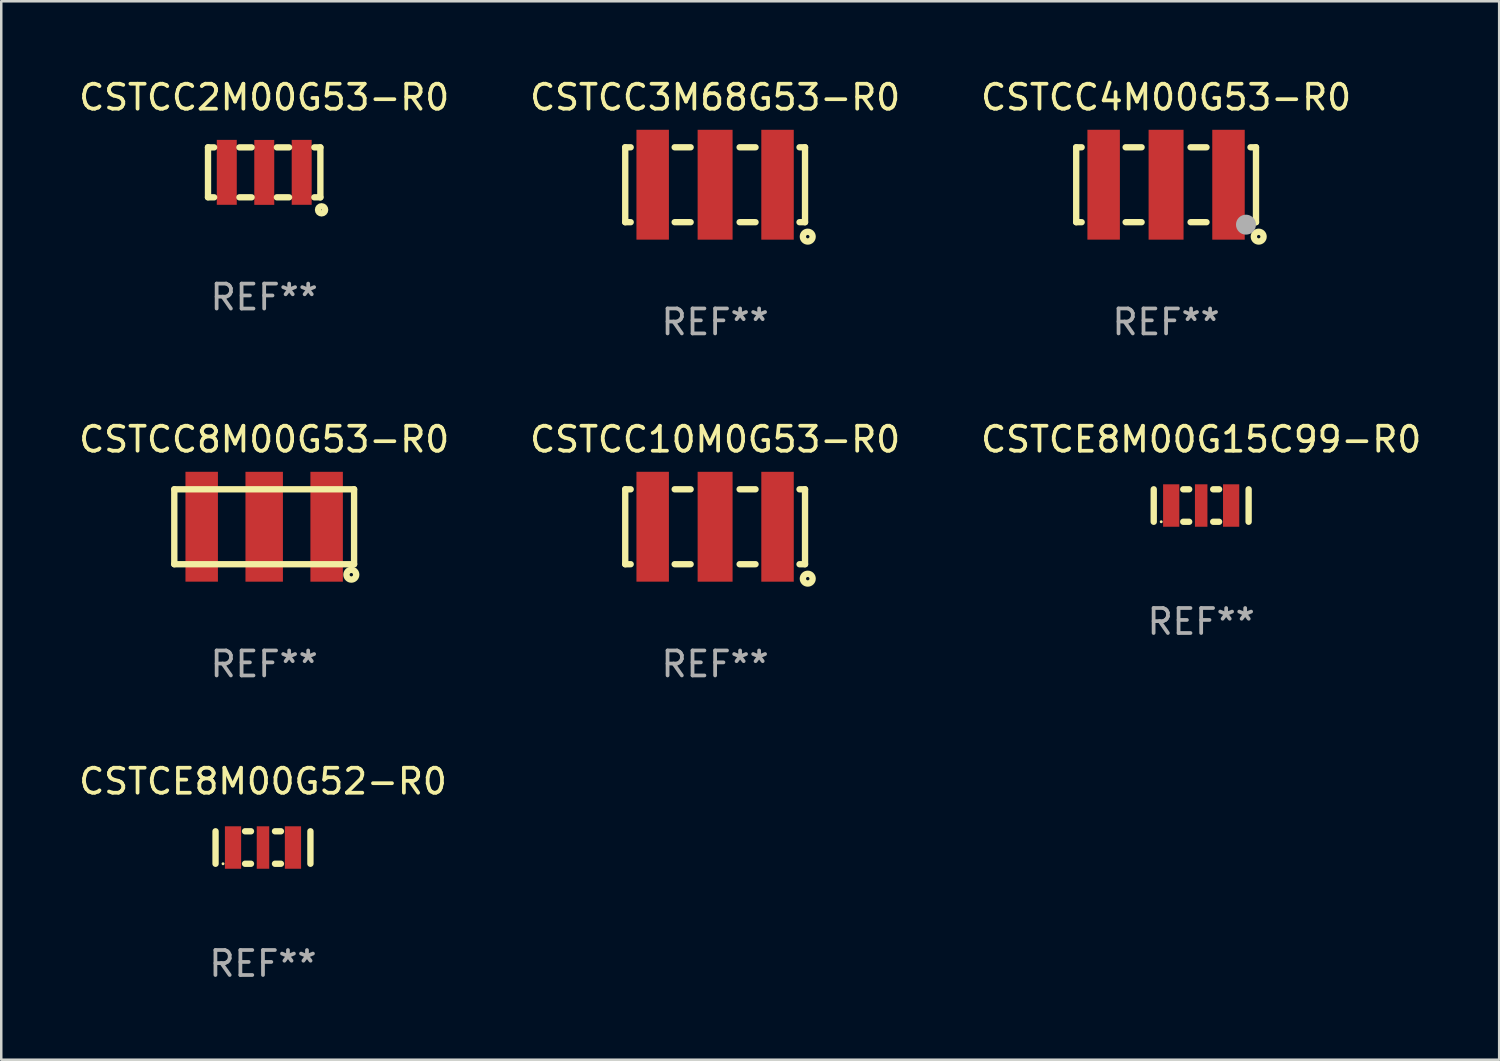
<source format=kicad_pcb>
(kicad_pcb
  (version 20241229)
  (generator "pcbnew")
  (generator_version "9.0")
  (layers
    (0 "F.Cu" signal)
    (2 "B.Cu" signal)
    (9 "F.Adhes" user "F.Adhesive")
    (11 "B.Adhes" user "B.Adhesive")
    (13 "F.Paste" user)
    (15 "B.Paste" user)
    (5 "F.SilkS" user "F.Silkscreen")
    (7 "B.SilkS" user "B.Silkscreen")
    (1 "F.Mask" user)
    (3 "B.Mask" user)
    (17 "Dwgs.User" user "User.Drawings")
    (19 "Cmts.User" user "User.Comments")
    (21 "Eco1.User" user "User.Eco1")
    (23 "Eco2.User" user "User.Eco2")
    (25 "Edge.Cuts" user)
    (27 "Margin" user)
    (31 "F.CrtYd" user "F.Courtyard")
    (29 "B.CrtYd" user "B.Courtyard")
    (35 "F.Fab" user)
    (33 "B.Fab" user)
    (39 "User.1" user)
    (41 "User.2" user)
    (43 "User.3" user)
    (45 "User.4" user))
  (footprint "CSTCC2M00G53-R0"
    (layer "F.Cu")
    (at 7.53 3.85)
    (property "Reference" "CSTCC2M00G53-R0" (at 0 -3.002 0) (layer "F.SilkS") (effects (font (size 1 1) (thickness 0.15))))
    (attr through_hole)
    (fp_line (start -2.25 0.998) (end -2.25 -1.002) (stroke (width 0.254) (type solid)) (layer "F.SilkS"))
    (fp_line (start -2.004 -0.998) (end -2.25 -0.998) (stroke (width 0.254) (type solid)) (layer "F.SilkS"))
    (fp_line (start -2.004 1.002) (end -2.25 1.002) (stroke (width 0.254) (type solid)) (layer "F.SilkS"))
    (fp_line (start -0.504 -0.998) (end -0.992 -0.998) (stroke (width 0.254) (type solid)) (layer "F.SilkS"))
    (fp_line (start -0.504 1.002) (end -0.992 1.002) (stroke (width 0.254) (type solid)) (layer "F.SilkS"))
    (fp_line (start 0.996 -0.998) (end 0.509 -0.998) (stroke (width 0.254) (type solid)) (layer "F.SilkS"))
    (fp_line (start 0.996 1.002) (end 0.509 1.002) (stroke (width 0.254) (type solid)) (layer "F.SilkS"))
    (fp_line (start 2.25 -0.998) (end 2.008 -0.998) (stroke (width 0.254) (type solid)) (layer "F.SilkS"))
    (fp_line (start 2.25 -0.998) (end 2.25 1.002) (stroke (width 0.254) (type solid)) (layer "F.SilkS"))
    (fp_line (start 2.25 1.002) (end 2.008 1.002) (stroke (width 0.254) (type solid)) (layer "F.SilkS"))
    (fp_circle (center 2.202 0.953) (end 2.252 0.953) (stroke (width 0.1) (type solid)) (fill no) (layer "F.SilkS"))
    (fp_circle (center 2.298 1.503) (end 2.44 1.503) (stroke (width 0.254) (type solid)) (fill no) (layer "F.SilkS"))
    (fp_text user "REF**" (at 0 5.002 0) (layer "F.Fab") (effects (font (size 1 1) (thickness 0.15))))
    (pad "1" smd rect (at 1.502 0.002) (size 0.8 2.6) (layers "F.Cu" "F.Mask" "F.Paste"))
    (pad "2" smd rect (at 0.003 0.004) (size 0.8 2.6) (layers "F.Cu" "F.Mask" "F.Paste"))
    (pad "3" smd rect (at -1.498 0.002) (size 0.8 2.6) (layers "F.Cu" "F.Mask" "F.Paste")))
  (footprint "CSTCC3M68G53-R0"
    (layer "F.Cu")
    (at 25.589 4.348)
    (property "Reference" "CSTCC3M68G53-R0" (at 0 -3.5 0) (layer "F.SilkS") (effects (font (size 1 1) (thickness 0.15))))
    (attr through_hole)
    (fp_line (start -3.6 -1.5) (end -3.382 -1.5) (stroke (width 0.254) (type solid)) (layer "F.SilkS"))
    (fp_line (start -3.6 1.5) (end -3.6 -1.5) (stroke (width 0.254) (type solid)) (layer "F.SilkS"))
    (fp_line (start -3.6 1.5) (end -3.382 1.5) (stroke (width 0.254) (type solid)) (layer "F.SilkS"))
    (fp_line (start -1.62 -1.5) (end -0.981 -1.5) (stroke (width 0.254) (type solid)) (layer "F.SilkS"))
    (fp_line (start -1.62 1.5) (end -0.981 1.5) (stroke (width 0.254) (type solid)) (layer "F.SilkS"))
    (fp_line (start 0.981 -1.5) (end 1.618 -1.5) (stroke (width 0.254) (type solid)) (layer "F.SilkS"))
    (fp_line (start 0.981 1.5) (end 1.618 1.5) (stroke (width 0.254) (type solid)) (layer "F.SilkS"))
    (fp_line (start 3.38 -1.5) (end 3.6 -1.5) (stroke (width 0.254) (type solid)) (layer "F.SilkS"))
    (fp_line (start 3.38 1.5) (end 3.6 1.5) (stroke (width 0.254) (type solid)) (layer "F.SilkS"))
    (fp_line (start 3.6 -1.5) (end 3.6 1.5) (stroke (width 0.254) (type solid)) (layer "F.SilkS"))
    (fp_circle (center 3.599 1.5) (end 3.629 1.5) (stroke (width 0.06) (type solid)) (fill no) (layer "F.SilkS"))
    (fp_circle (center 3.709 2.079) (end 3.904 2.079) (stroke (width 0.254) (type solid)) (fill no) (layer "F.SilkS"))
    (fp_text user "REF**" (at 0 5.5 0) (layer "F.Fab") (effects (font (size 1 1) (thickness 0.15))))
    (pad "1" smd rect (at 2.499 -0.000127) (size 1.3 4.4) (layers "F.Cu" "F.Mask" "F.Paste"))
    (pad "2" smd rect (at -0.001 -0.000127) (size 1.4 4.4) (layers "F.Cu" "F.Mask" "F.Paste"))
    (pad "3" smd rect (at -2.501 -0.001) (size 1.3 4.4) (layers "F.Cu" "F.Mask" "F.Paste")))
  (footprint "CSTCE8M00G15C99-R0"
    (layer "F.Cu")
    (at 45.054 17.195)
    (property "Reference" "CSTCE8M00G15C99-R0" (at 0 -2.65 0) (layer "F.SilkS") (effects (font (size 1 1) (thickness 0.15))))
    (attr through_hole)
    (fp_line (start -1.9 -0.65) (end -1.9 0.65) (stroke (width 0.254) (type solid)) (layer "F.SilkS"))
    (fp_line (start -0.718 -0.65) (end -0.481 -0.65) (stroke (width 0.254) (type solid)) (layer "F.SilkS"))
    (fp_line (start -0.718 0.65) (end -0.481 0.65) (stroke (width 0.254) (type solid)) (layer "F.SilkS"))
    (fp_line (start 0.481 -0.65) (end 0.718 -0.65) (stroke (width 0.254) (type solid)) (layer "F.SilkS"))
    (fp_line (start 0.481 0.65) (end 0.718 0.65) (stroke (width 0.254) (type solid)) (layer "F.SilkS"))
    (fp_line (start 1.9 0.65) (end 1.9 -0.65) (stroke (width 0.254) (type solid)) (layer "F.SilkS"))
    (fp_circle (center -1.6 0.65) (end -1.57 0.65) (stroke (width 0.06) (type solid)) (fill no) (layer "F.SilkS"))
    (fp_text user "REF**" (at 0 4.65 0) (layer "F.Fab") (effects (font (size 1 1) (thickness 0.15))))
    (pad "1" smd rect (at -1.2 0) (size 0.65 1.7) (layers "F.Cu" "F.Mask" "F.Paste"))
    (pad "2" smd rect (at 0 0) (size 0.5 1.7) (layers "F.Cu" "F.Mask" "F.Paste"))
    (pad "3" smd rect (at 1.2 0) (size 0.65 1.7) (layers "F.Cu" "F.Mask" "F.Paste")))
  (footprint "CSTCE8M00G52-R0"
    (layer "F.Cu")
    (at 7.482 30.891)
    (property "Reference" "CSTCE8M00G52-R0" (at 0 -2.65 0) (layer "F.SilkS") (effects (font (size 1 1) (thickness 0.15))))
    (attr through_hole)
    (fp_line (start -1.9 -0.65) (end -1.9 0.65) (stroke (width 0.254) (type solid)) (layer "F.SilkS"))
    (fp_line (start -0.718 -0.65) (end -0.481 -0.65) (stroke (width 0.254) (type solid)) (layer "F.SilkS"))
    (fp_line (start -0.718 0.65) (end -0.481 0.65) (stroke (width 0.254) (type solid)) (layer "F.SilkS"))
    (fp_line (start 0.481 -0.65) (end 0.718 -0.65) (stroke (width 0.254) (type solid)) (layer "F.SilkS"))
    (fp_line (start 0.481 0.65) (end 0.718 0.65) (stroke (width 0.254) (type solid)) (layer "F.SilkS"))
    (fp_line (start 1.9 0.65) (end 1.9 -0.65) (stroke (width 0.254) (type solid)) (layer "F.SilkS"))
    (fp_circle (center -1.6 0.65) (end -1.57 0.65) (stroke (width 0.06) (type solid)) (fill no) (layer "F.SilkS"))
    (fp_text user "REF**" (at 0 4.65 0) (layer "F.Fab") (effects (font (size 1 1) (thickness 0.15))))
    (pad "1" smd rect (at -1.2 0) (size 0.65 1.7) (layers "F.Cu" "F.Mask" "F.Paste"))
    (pad "2" smd rect (at 0 0) (size 0.5 1.7) (layers "F.Cu" "F.Mask" "F.Paste"))
    (pad "3" smd rect (at 1.2 0) (size 0.65 1.7) (layers "F.Cu" "F.Mask" "F.Paste")))
  (footprint "CSTCC10M0G53-R0"
    (layer "F.Cu")
    (at 25.589 18.045)
    (property "Reference" "CSTCC10M0G53-R0" (at 0 -3.5 0) (layer "F.SilkS") (effects (font (size 1 1) (thickness 0.15))))
    (attr through_hole)
    (fp_line (start -3.6 -1.5) (end -3.382 -1.5) (stroke (width 0.254) (type solid)) (layer "F.SilkS"))
    (fp_line (start -3.6 1.5) (end -3.6 -1.5) (stroke (width 0.254) (type solid)) (layer "F.SilkS"))
    (fp_line (start -3.6 1.5) (end -3.382 1.5) (stroke (width 0.254) (type solid)) (layer "F.SilkS"))
    (fp_line (start -1.62 -1.5) (end -0.981 -1.5) (stroke (width 0.254) (type solid)) (layer "F.SilkS"))
    (fp_line (start -1.62 1.5) (end -0.981 1.5) (stroke (width 0.254) (type solid)) (layer "F.SilkS"))
    (fp_line (start 0.981 -1.5) (end 1.618 -1.5) (stroke (width 0.254) (type solid)) (layer "F.SilkS"))
    (fp_line (start 0.981 1.5) (end 1.618 1.5) (stroke (width 0.254) (type solid)) (layer "F.SilkS"))
    (fp_line (start 3.38 -1.5) (end 3.6 -1.5) (stroke (width 0.254) (type solid)) (layer "F.SilkS"))
    (fp_line (start 3.38 1.5) (end 3.6 1.5) (stroke (width 0.254) (type solid)) (layer "F.SilkS"))
    (fp_line (start 3.6 -1.5) (end 3.6 1.5) (stroke (width 0.254) (type solid)) (layer "F.SilkS"))
    (fp_circle (center 3.599 1.5) (end 3.629 1.5) (stroke (width 0.06) (type solid)) (fill no) (layer "F.SilkS"))
    (fp_circle (center 3.709 2.079) (end 3.904 2.079) (stroke (width 0.254) (type solid)) (fill no) (layer "F.SilkS"))
    (fp_text user "REF**" (at 0 5.5 0) (layer "F.Fab") (effects (font (size 1 1) (thickness 0.15))))
    (pad "1" smd rect (at 2.499 -0.000127) (size 1.3 4.4) (layers "F.Cu" "F.Mask" "F.Paste"))
    (pad "2" smd rect (at -0.001 -0.000127) (size 1.4 4.4) (layers "F.Cu" "F.Mask" "F.Paste"))
    (pad "3" smd rect (at -2.501 -0.001) (size 1.3 4.4) (layers "F.Cu" "F.Mask" "F.Paste")))
  (footprint "CSTCC4M00G53-R0"
    (layer "F.Cu")
    (at 43.649 4.348)
    (property "Reference" "CSTCC4M00G53-R0" (at 0 -3.5 0) (layer "F.SilkS") (effects (font (size 1 1) (thickness 0.15))))
    (attr through_hole)
    (fp_line (start -3.6 -1.5) (end -3.382 -1.5) (stroke (width 0.254) (type solid)) (layer "F.SilkS"))
    (fp_line (start -3.6 1.5) (end -3.6 -1.5) (stroke (width 0.254) (type solid)) (layer "F.SilkS"))
    (fp_line (start -3.6 1.5) (end -3.382 1.5) (stroke (width 0.254) (type solid)) (layer "F.SilkS"))
    (fp_line (start -1.62 -1.5) (end -0.981 -1.5) (stroke (width 0.254) (type solid)) (layer "F.SilkS"))
    (fp_line (start -1.62 1.5) (end -0.981 1.5) (stroke (width 0.254) (type solid)) (layer "F.SilkS"))
    (fp_line (start 0.981 -1.5) (end 1.618 -1.5) (stroke (width 0.254) (type solid)) (layer "F.SilkS"))
    (fp_line (start 0.981 1.5) (end 1.618 1.5) (stroke (width 0.254) (type solid)) (layer "F.SilkS"))
    (fp_line (start 3.38 -1.5) (end 3.6 -1.5) (stroke (width 0.254) (type solid)) (layer "F.SilkS"))
    (fp_line (start 3.38 1.5) (end 3.6 1.5) (stroke (width 0.254) (type solid)) (layer "F.SilkS"))
    (fp_line (start 3.6 -1.5) (end 3.6 1.5) (stroke (width 0.254) (type solid)) (layer "F.SilkS"))
    (fp_circle (center 3.599 1.5) (end 3.629 1.5) (stroke (width 0.06) (type solid)) (fill no) (layer "F.SilkS"))
    (fp_circle (center 3.709 2.079) (end 3.904 2.079) (stroke (width 0.254) (type solid)) (fill no) (layer "F.SilkS"))
    (fp_circle (center 3.199 1.599) (end 3.399 1.599) (stroke (width 0.4) (type solid)) (fill no) (layer "F.Fab"))
    (fp_text user "REF**" (at 0 5.5 0) (layer "F.Fab") (effects (font (size 1 1) (thickness 0.15))))
    (pad "1" smd rect (at 2.499 -0.000127) (size 1.3 4.4) (layers "F.Cu" "F.Mask" "F.Paste"))
    (pad "2" smd rect (at -0.001 -0.000127) (size 1.4 4.4) (layers "F.Cu" "F.Mask" "F.Paste"))
    (pad "3" smd rect (at -2.501 -0.001) (size 1.3 4.4) (layers "F.Cu" "F.Mask" "F.Paste")))
  (footprint "CSTCC8M00G53-R0"
    (layer "F.Cu")
    (at 7.53 18.045)
    (property "Reference" "CSTCC8M00G53-R0" (at 0 -3.5 0) (layer "F.SilkS") (effects (font (size 1 1) (thickness 0.15))))
    (attr through_hole)
    (fp_line (start -3.6 -1.5) (end 3.6 -1.5) (stroke (width 0.254) (type solid)) (layer "F.SilkS"))
    (fp_line (start -3.6 1.5) (end -3.6 -1.5) (stroke (width 0.254) (type solid)) (layer "F.SilkS"))
    (fp_line (start 3.6 -1.5) (end 3.6 1.5) (stroke (width 0.254) (type solid)) (layer "F.SilkS"))
    (fp_line (start 3.6 1.5) (end -3.6 1.5) (stroke (width 0.254) (type solid)) (layer "F.SilkS"))
    (fp_circle (center 3.49 1.92) (end 3.685 1.92) (stroke (width 0.254) (type solid)) (fill no) (layer "F.SilkS"))
    (fp_text user "REF**" (at 0 5.5 0) (layer "F.Fab") (effects (font (size 1 1) (thickness 0.15))))
    (pad "1" smd rect (at 2.501 -0.000127 90) (size 4.4 1.3) (layers "F.Cu" "F.Mask" "F.Paste"))
    (pad "2" smd rect (at 0 -0.000127 90) (size 4.4 1.5) (layers "F.Cu" "F.Mask" "F.Paste"))
    (pad "3" smd rect (at -2.503 -0.001 90) (size 4.4 1.3) (layers "F.Cu" "F.Mask" "F.Paste")))
  (gr_rect
    (start -3 -3)
    (end 56.988 39.389)
    (stroke (width 0.1) (type default))
    (fill no)
    (layer "Edge.Cuts")))
</source>
